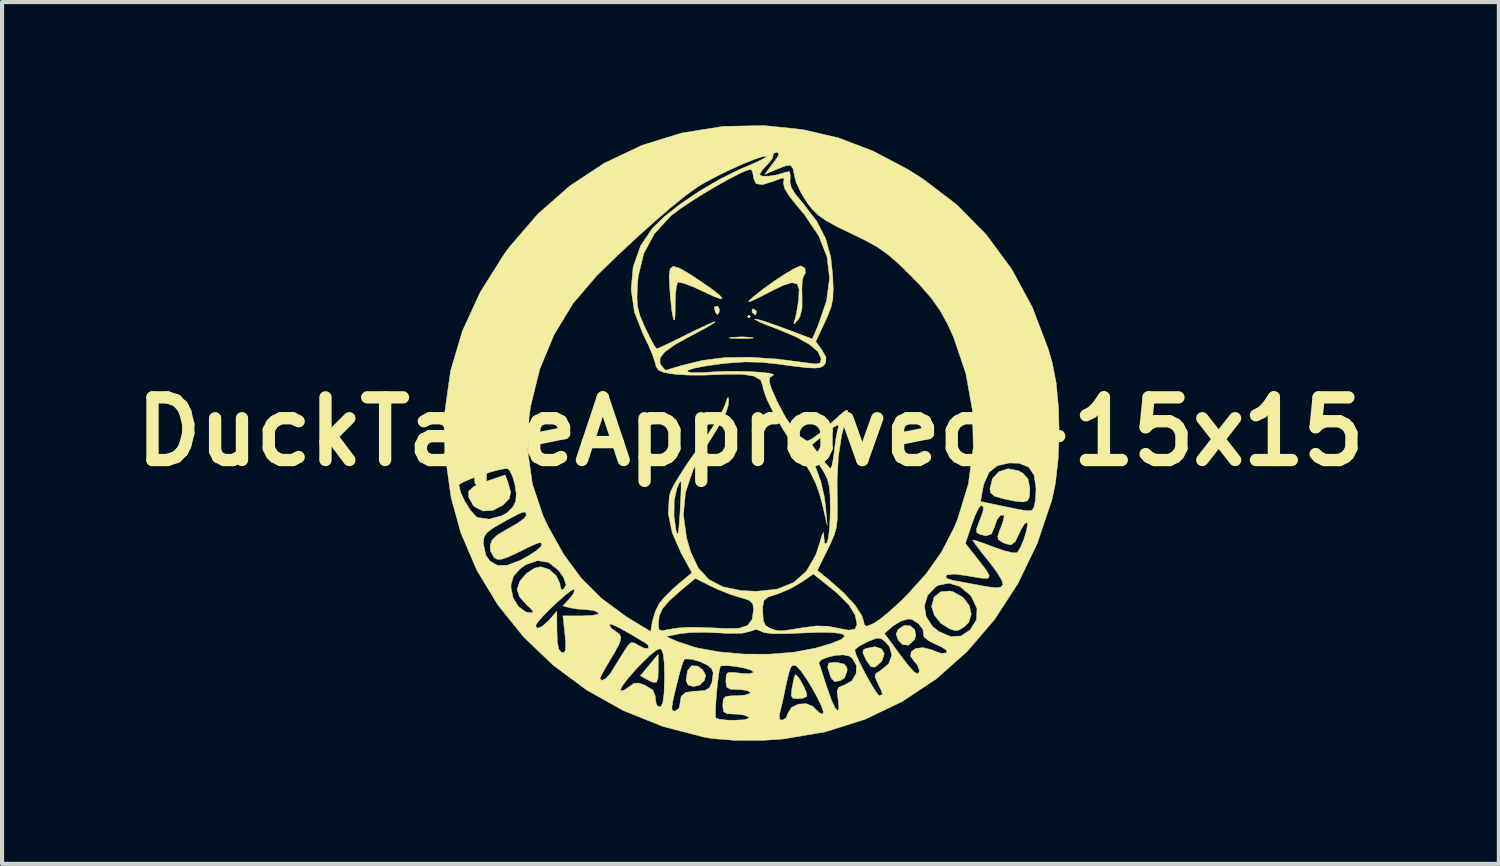
<source format=kicad_pcb>
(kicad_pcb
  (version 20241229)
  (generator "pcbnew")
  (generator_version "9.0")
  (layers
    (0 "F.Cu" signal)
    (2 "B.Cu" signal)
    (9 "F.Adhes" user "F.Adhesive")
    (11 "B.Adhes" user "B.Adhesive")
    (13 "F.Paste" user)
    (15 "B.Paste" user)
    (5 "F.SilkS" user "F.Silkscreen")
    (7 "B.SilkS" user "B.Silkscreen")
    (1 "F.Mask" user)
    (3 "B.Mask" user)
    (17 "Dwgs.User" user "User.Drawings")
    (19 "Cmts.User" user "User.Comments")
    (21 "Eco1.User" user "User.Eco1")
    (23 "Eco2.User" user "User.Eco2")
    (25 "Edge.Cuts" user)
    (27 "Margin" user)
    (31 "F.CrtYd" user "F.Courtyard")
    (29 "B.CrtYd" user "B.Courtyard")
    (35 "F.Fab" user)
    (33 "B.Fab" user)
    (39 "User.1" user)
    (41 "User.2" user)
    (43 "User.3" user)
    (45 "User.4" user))
  (footprint "DuckTapeApproved-15x15"
    (layer "F.Cu")
    (at 15.211 7.454)
    (property "Reference" "DuckTapeApproved-15x15" (at 0 0 0) (layer "F.SilkS") (effects (font (size 1.524 1.524) (thickness 0.3))))
    (attr through_hole)
    (fp_poly (pts (xy 0 -2.801) (xy -0.037 -2.764) (xy -0.075 -2.801) (xy -0.037 -2.839) (xy 0 -2.801)) (stroke (width 0.01) (type solid)) (fill yes) (layer "F.SilkS"))
    (fp_poly (pts (xy -0.754 -2.973) (xy -0.763 -2.903) (xy -0.804 -2.847) (xy -0.853 -2.904) (xy -0.88 -3.013) (xy -0.867 -3.043) (xy -0.793 -3.055) (xy -0.754 -2.973)) (stroke (width 0.01) (type solid)) (fill yes) (layer "F.SilkS"))
    (fp_poly (pts (xy -2.243 5.771) (xy -2.25 6) (xy -2.29 6.101) (xy -2.385 6.095) (xy -2.516 6.03) (xy -2.679 5.939) (xy -2.462 5.678) (xy -2.245 5.416) (xy -2.243 5.771)) (stroke (width 0.01) (type solid)) (fill yes) (layer "F.SilkS"))
    (fp_poly (pts (xy 0.146 -2.934) (xy 0.149 -2.914) (xy 0.124 -2.841) (xy 0.116 -2.839) (xy 0.053 -2.891) (xy 0.037 -2.914) (xy 0.043 -2.982) (xy 0.07 -2.988) (xy 0.146 -2.934)) (stroke (width 0.01) (type solid)) (fill yes) (layer "F.SilkS"))
    (fp_poly (pts (xy -1.286 5.704) (xy -1.163 5.795) (xy -1.087 5.93) (xy -1.123 6.056) (xy -1.238 6.167) (xy -1.387 6.203) (xy -1.516 6.166) (xy -1.569 6.057) (xy -1.532 5.817) (xy -1.432 5.696) (xy -1.286 5.704)) (stroke (width 0.01) (type solid)) (fill yes) (layer "F.SilkS"))
    (fp_poly (pts (xy 0.019 -2.295) (xy 0.075 -2.281) (xy -0.001 -2.27) (xy -0.193 -2.265) (xy -0.224 -2.265) (xy -0.429 -2.269) (xy -0.521 -2.279) (xy -0.482 -2.293) (xy -0.467 -2.295) (xy -0.205 -2.308) (xy 0.019 -2.295)) (stroke (width 0.01) (type solid)) (fill yes) (layer "F.SilkS"))
    (fp_poly (pts (xy 3.889 4.725) (xy 3.998 4.818) (xy 4.024 4.966) (xy 3.982 5.071) (xy 3.844 5.197) (xy 3.697 5.179) (xy 3.6 5.076) (xy 3.542 4.927) (xy 3.591 4.813) (xy 3.74 4.714) (xy 3.889 4.725)) (stroke (width 0.01) (type solid)) (fill yes) (layer "F.SilkS"))
    (fp_poly (pts (xy 2.11 5.617) (xy 2.282 5.654) (xy 2.347 5.742) (xy 2.353 5.819) (xy 2.29 5.992) (xy 2.183 6.06) (xy 2.048 6.082) (xy 1.967 5.997) (xy 1.94 5.933) (xy 1.878 5.732) (xy 1.902 5.634) (xy 2.028 5.611) (xy 2.11 5.617)) (stroke (width 0.01) (type solid)) (fill yes) (layer "F.SilkS"))
    (fp_poly (pts (xy 3.189 5.284) (xy 3.256 5.4) (xy 3.208 5.56) (xy 3.165 5.614) (xy 3.032 5.73) (xy 2.931 5.72) (xy 2.827 5.576) (xy 2.805 5.536) (xy 2.736 5.383) (xy 2.746 5.309) (xy 2.809 5.274) (xy 3.031 5.233) (xy 3.189 5.284)) (stroke (width 0.01) (type solid)) (fill yes) (layer "F.SilkS"))
    (fp_poly (pts (xy 1.14 5.942) (xy 1.221 6.06) (xy 1.304 6.215) (xy 1.364 6.359) (xy 1.374 6.438) (xy 1.278 6.485) (xy 1.15 6.499) (xy 1.032 6.487) (xy 0.991 6.421) (xy 1.008 6.26) (xy 1.015 6.219) (xy 1.053 6.032) (xy 1.084 5.921) (xy 1.089 5.912) (xy 1.14 5.942)) (stroke (width 0.01) (type solid)) (fill yes) (layer "F.SilkS"))
    (fp_poly (pts (xy -5.898 1.241) (xy -5.835 1.469) (xy -5.868 1.628) (xy -6.009 1.775) (xy -6.024 1.788) (xy -6.272 1.917) (xy -6.515 1.93) (xy -6.713 1.828) (xy -6.757 1.776) (xy -6.86 1.589) (xy -6.855 1.448) (xy -6.729 1.333) (xy -6.469 1.222) (xy -6.421 1.206) (xy -5.97 1.053) (xy -5.898 1.241)) (stroke (width 0.01) (type solid)) (fill yes) (layer "F.SilkS"))
    (fp_poly (pts (xy 4.939 3.899) (xy 5.175 4.035) (xy 5.323 4.228) (xy 5.373 4.442) (xy 5.312 4.64) (xy 5.213 4.74) (xy 5.076 4.827) (xy 4.978 4.841) (xy 4.856 4.803) (xy 4.637 4.667) (xy 4.473 4.465) (xy 4.408 4.251) (xy 4.408 4.249) (xy 4.468 4.027) (xy 4.628 3.895) (xy 4.855 3.877) (xy 4.939 3.899)) (stroke (width 0.01) (type solid)) (fill yes) (layer "F.SilkS"))
    (fp_poly (pts (xy 6.521 0.95) (xy 6.632 1.013) (xy 6.753 1.15) (xy 6.797 1.361) (xy 6.798 1.424) (xy 6.788 1.589) (xy 6.739 1.682) (xy 6.624 1.712) (xy 6.415 1.688) (xy 6.145 1.631) (xy 5.939 1.57) (xy 5.845 1.49) (xy 5.827 1.394) (xy 5.888 1.141) (xy 6.048 0.972) (xy 6.27 0.902) (xy 6.521 0.95)) (stroke (width 0.01) (type solid)) (fill yes) (layer "F.SilkS"))
    (fp_poly (pts (xy -1.734 -3.983) (xy -1.498 -3.847) (xy -1.271 -3.699) (xy -0.955 -3.481) (xy -0.759 -3.329) (xy -0.683 -3.245) (xy -0.729 -3.232) (xy -0.899 -3.294) (xy -1.141 -3.408) (xy -1.406 -3.529) (xy -1.621 -3.61) (xy -1.751 -3.638) (xy -1.772 -3.632) (xy -1.803 -3.531) (xy -1.824 -3.329) (xy -1.83 -3.131) (xy -1.833 -2.855) (xy -1.844 -2.72) (xy -1.864 -2.718) (xy -1.896 -2.84) (xy -1.899 -2.857) (xy -1.922 -3.018) (xy -1.947 -3.27) (xy -1.967 -3.53) (xy -1.978 -3.801) (xy -1.955 -3.964) (xy -1.88 -4.023) (xy -1.734 -3.983)) (stroke (width 0.01) (type solid)) (fill yes) (layer "F.SilkS"))
    (fp_poly (pts (xy 1.326 -3.979) (xy 1.338 -3.861) (xy 1.289 -3.779) (xy 1.262 -3.679) (xy 1.252 -3.48) (xy 1.256 -3.3) (xy 1.255 -3) (xy 1.206 -2.804) (xy 1.157 -2.727) (xy 1.068 -2.624) (xy 1.054 -2.636) (xy 1.082 -2.727) (xy 1.121 -2.891) (xy 1.16 -3.128) (xy 1.173 -3.229) (xy 1.184 -3.465) (xy 1.135 -3.596) (xy 1.011 -3.626) (xy 0.795 -3.56) (xy 0.512 -3.423) (xy 0.211 -3.268) (xy 0.029 -3.182) (xy -0.045 -3.159) (xy -0.023 -3.197) (xy 0.075 -3.285) (xy 0.312 -3.472) (xy 0.577 -3.663) (xy 0.836 -3.834) (xy 1.056 -3.963) (xy 1.203 -4.03) (xy 1.229 -4.034) (xy 1.326 -3.979)) (stroke (width 0.01) (type solid)) (fill yes) (layer "F.SilkS"))
    (fp_poly (pts (xy 1.267 -7.352) (xy 2.139 -7.15) (xy 2.981 -6.83) (xy 3.826 -6.384) (xy 4.187 -6.157) (xy 5.018 -5.525) (xy 5.743 -4.789) (xy 6.358 -3.954) (xy 6.862 -3.022) (xy 7.251 -1.998) (xy 7.341 -1.687) (xy 7.438 -1.191) (xy 7.495 -0.601) (xy 7.511 0.036) (xy 7.487 0.668) (xy 7.422 1.248) (xy 7.337 1.657) (xy 6.978 2.72) (xy 6.51 3.693) (xy 5.94 4.571) (xy 5.276 5.346) (xy 4.524 6.014) (xy 3.693 6.567) (xy 2.79 6.999) (xy 1.822 7.305) (xy 0.798 7.478) (xy 0.299 7.512) (xy -0.348 7.513) (xy -0.906 7.47) (xy -1.117 7.436) (xy -2.132 7.173) (xy -2.753 6.923) (xy -0.85 6.923) (xy -0.843 6.966) (xy -0.758 6.997) (xy -0.57 7.018) (xy -0.402 7.022) (xy -0.162 7.01) (xy -0.044 6.977) (xy -0.037 6.948) (xy -0.135 6.9) (xy -0.195 6.892) (xy 0.702 6.892) (xy 0.712 7.002) (xy 0.774 7.022) (xy 0.871 6.959) (xy 0.91 6.857) (xy 0.996 6.714) (xy 1.165 6.63) (xy 1.361 6.618) (xy 1.525 6.688) (xy 1.559 6.727) (xy 1.677 6.841) (xy 1.761 6.873) (xy 1.775 6.817) (xy 1.724 6.67) (xy 1.625 6.464) (xy 1.498 6.233) (xy 1.36 6.009) (xy 1.23 5.824) (xy 1.126 5.711) (xy 1.092 5.691) (xy 1.035 5.687) (xy 0.991 5.718) (xy 0.951 5.81) (xy 0.905 5.991) (xy 0.841 6.284) (xy 0.82 6.387) (xy 0.766 6.631) (xy 0.719 6.829) (xy 0.702 6.892) (xy -0.195 6.892) (xy -0.321 6.874) (xy -0.378 6.873) (xy -0.568 6.864) (xy -0.651 6.814) (xy -0.672 6.692) (xy -0.672 6.649) (xy -0.663 6.511) (xy -0.606 6.446) (xy -0.463 6.426) (xy -0.336 6.425) (xy -0.136 6.41) (xy -0.015 6.372) (xy 0 6.35) (xy -0.066 6.303) (xy -0.232 6.277) (xy -0.299 6.275) (xy -0.49 6.266) (xy -0.576 6.218) (xy -0.597 6.1) (xy -0.598 6.053) (xy -0.59 5.917) (xy -0.542 5.859) (xy -0.412 5.857) (xy -0.261 5.876) (xy -0.042 5.891) (xy 0.067 5.864) (xy 0.075 5.847) (xy 0.009 5.8) (xy -0.154 5.752) (xy -0.361 5.714) (xy -0.561 5.693) (xy -0.701 5.698) (xy -0.731 5.711) (xy -0.757 5.802) (xy -0.786 5.997) (xy -0.814 6.251) (xy -0.837 6.521) (xy -0.85 6.76) (xy -0.85 6.923) (xy -2.753 6.923) (xy -3.092 6.787) (xy -3.233 6.708) (xy -1.913 6.708) (xy -1.905 6.774) (xy -1.871 6.796) (xy -1.832 6.798) (xy -1.739 6.734) (xy -1.717 6.63) (xy -1.687 6.443) (xy -1.579 6.345) (xy -1.363 6.313) (xy -1.309 6.313) (xy -1.108 6.298) (xy -1.001 6.233) (xy -0.938 6.103) (xy -0.906 5.87) (xy -0.944 5.767) (xy -1.053 5.677) (xy -1.172 5.623) (xy 1.665 5.623) (xy 1.667 5.632) (xy 1.704 5.74) (xy 1.772 5.948) (xy 1.859 6.214) (xy 1.872 6.257) (xy 1.975 6.543) (xy 2.062 6.724) (xy 2.123 6.793) (xy 2.152 6.739) (xy 2.138 6.555) (xy 2.131 6.509) (xy 2.108 6.319) (xy 2.141 6.225) (xy 2.25 6.177) (xy 2.271 6.172) (xy 2.467 6.063) (xy 2.572 5.886) (xy 2.578 5.688) (xy 2.478 5.514) (xy 2.399 5.458) (xy 2.259 5.431) (xy 2.067 5.445) (xy 1.872 5.49) (xy 1.721 5.553) (xy 1.665 5.623) (xy -1.172 5.623) (xy -1.233 5.594) (xy -1.426 5.539) (xy -1.574 5.529) (xy -1.611 5.545) (xy -1.651 5.637) (xy -1.71 5.826) (xy -1.753 5.988) (xy -1.84 6.339) (xy -1.892 6.571) (xy -1.913 6.708) (xy -3.233 6.708) (xy -3.984 6.287) (xy -3.988 6.284) (xy -3.164 6.284) (xy -3.159 6.304) (xy -3.077 6.295) (xy -2.956 6.211) (xy -2.834 6.122) (xy -2.714 6.117) (xy -2.559 6.173) (xy -2.376 6.287) (xy -2.316 6.436) (xy -2.316 6.45) (xy -2.297 6.606) (xy -2.268 6.672) (xy -2.189 6.701) (xy -2.134 6.601) (xy -2.102 6.365) (xy -2.092 5.987) (xy -2.092 5.98) (xy -2.098 5.639) (xy -2.12 5.424) (xy -2.16 5.31) (xy -2.197 5.28) (xy -2.285 5.314) (xy -2.434 5.432) (xy -2.619 5.607) (xy -2.811 5.808) (xy -2.984 6.008) (xy -3.111 6.176) (xy -3.164 6.284) (xy -3.988 6.284) (xy -4.366 6.005) (xy -3.661 6.005) (xy -3.62 6.056) (xy -3.525 6.013) (xy -3.418 5.898) (xy -3.409 5.883) (xy -3.306 5.718) (xy -3.168 5.495) (xy -3.107 5.397) (xy -2.987 5.211) (xy -2.906 5.132) (xy -2.822 5.142) (xy -2.723 5.201) (xy -2.575 5.273) (xy -2.482 5.271) (xy -2.482 5.271) (xy -2.489 5.195) (xy -2.541 5.151) (xy -2.82 4.984) (xy -2.054 4.984) (xy -1.776 5.107) (xy -1.324 5.256) (xy -0.772 5.357) (xy -0.162 5.411) (xy 0.466 5.414) (xy 1.068 5.365) (xy 1.317 5.317) (xy 2.54 5.317) (xy 2.573 5.43) (xy 2.659 5.621) (xy 2.776 5.852) (xy 2.904 6.085) (xy 3.022 6.282) (xy 3.11 6.404) (xy 3.139 6.425) (xy 3.211 6.393) (xy 3.212 6.384) (xy 3.181 6.295) (xy 3.106 6.137) (xy 3.1 6.125) (xy 3.031 5.971) (xy 3.048 5.888) (xy 3.156 5.819) (xy 3.363 5.649) (xy 3.44 5.442) (xy 3.382 5.229) (xy 3.287 5.118) (xy 3.185 5.038) (xy 3.09 5.022) (xy 2.944 5.071) (xy 2.839 5.117) (xy 2.657 5.213) (xy 2.551 5.294) (xy 2.54 5.317) (xy 1.317 5.317) (xy 1.602 5.262) (xy 1.606 5.261) (xy 1.983 5.148) (xy 2.213 5.053) (xy 2.297 4.977) (xy 2.238 4.922) (xy 2.157 4.909) (xy 3.259 4.909) (xy 3.624 5.406) (xy 3.839 5.687) (xy 3.986 5.848) (xy 4.072 5.895) (xy 4.107 5.835) (xy 4.109 5.799) (xy 4.056 5.668) (xy 3.997 5.603) (xy 3.895 5.466) (xy 3.914 5.351) (xy 4.025 5.275) (xy 4.201 5.255) (xy 4.412 5.307) (xy 4.46 5.33) (xy 4.641 5.393) (xy 4.772 5.384) (xy 4.774 5.384) (xy 4.78 5.323) (xy 4.643 5.235) (xy 4.526 5.184) (xy 4.335 5.088) (xy 4.226 4.997) (xy 4.215 4.958) (xy 4.199 4.816) (xy 4.09 4.671) (xy 3.934 4.573) (xy 3.847 4.557) (xy 3.67 4.605) (xy 3.479 4.721) (xy 3.464 4.733) (xy 3.259 4.909) (xy 2.157 4.909) (xy 2.037 4.89) (xy 1.695 4.882) (xy 1.25 4.899) (xy 0.82 4.916) (xy 0.521 4.914) (xy 0.338 4.891) (xy 0.265 4.859) (xy 0.139 4.809) (xy -0.002 4.857) (xy -0.198 4.904) (xy -0.534 4.91) (xy -0.772 4.896) (xy -1.112 4.882) (xy -1.441 4.888) (xy -1.696 4.912) (xy -1.718 4.917) (xy -2.054 4.984) (xy -2.82 4.984) (xy -2.921 4.924) (xy -3.189 4.774) (xy -3.355 4.696) (xy -3.429 4.684) (xy -3.436 4.698) (xy -3.378 4.791) (xy -3.287 4.856) (xy -3.186 4.925) (xy -3.151 5.012) (xy -3.186 5.147) (xy -3.297 5.358) (xy -3.399 5.528) (xy -3.531 5.752) (xy -3.625 5.923) (xy -3.661 6.005) (xy -4.366 6.005) (xy -4.798 5.685) (xy -5.523 4.991) (xy -5.738 4.723) (xy -5.229 4.723) (xy -5.186 4.783) (xy -5.074 4.741) (xy -4.923 4.609) (xy -4.892 4.576) (xy -4.711 4.37) (xy -4.709 4.825) (xy -4.699 5.116) (xy -4.667 5.287) (xy -4.605 5.365) (xy -4.535 5.379) (xy -4.501 5.31) (xy -4.498 5.119) (xy -4.514 4.931) (xy -4.564 4.482) (xy -4.108 4.482) (xy -3.849 4.471) (xy -3.712 4.44) (xy -3.698 4.408) (xy -3.798 4.355) (xy -3.976 4.332) (xy -3.982 4.332) (xy -4.213 4.316) (xy -4.393 4.285) (xy -4.565 4.239) (xy -4.399 4.062) (xy -4.3 3.928) (xy -4.281 3.838) (xy -4.285 3.833) (xy -4.354 3.86) (xy -4.495 3.967) (xy -4.678 4.127) (xy -4.873 4.311) (xy -5.05 4.49) (xy -5.179 4.637) (xy -5.229 4.722) (xy -5.229 4.723) (xy -5.738 4.723) (xy -6.147 4.215) (xy -6.402 3.793) (xy -5.827 3.793) (xy -5.776 4.045) (xy -5.644 4.257) (xy -5.465 4.387) (xy -5.36 4.408) (xy -5.288 4.392) (xy -5.318 4.331) (xy -5.448 4.214) (xy -5.62 4.017) (xy -5.678 3.837) (xy -5.614 3.642) (xy -5.456 3.454) (xy -5.254 3.321) (xy -5.106 3.287) (xy -4.902 3.349) (xy -4.728 3.502) (xy -4.636 3.694) (xy -4.632 3.74) (xy -4.603 3.843) (xy -4.557 3.847) (xy -4.486 3.729) (xy -4.548 3.543) (xy -4.676 3.367) (xy -4.913 3.181) (xy -5.182 3.137) (xy -5.465 3.236) (xy -5.597 3.331) (xy -5.763 3.511) (xy -5.824 3.711) (xy -5.827 3.793) (xy -6.402 3.793) (xy -6.659 3.369) (xy -6.933 2.73) (xy -6.499 2.73) (xy -6.439 3.005) (xy -6.342 3.145) (xy -6.16 3.252) (xy -5.924 3.251) (xy -5.618 3.138) (xy -5.403 3.022) (xy -5.217 2.9) (xy -5.1 2.798) (xy -5.08 2.761) (xy -5.087 2.712) (xy -5.127 2.7) (xy -5.226 2.732) (xy -5.41 2.817) (xy -5.634 2.927) (xy -5.894 3.049) (xy -6.059 3.106) (xy -6.165 3.105) (xy -6.237 3.064) (xy -6.324 2.911) (xy -6.335 2.771) (xy -6.289 2.64) (xy -6.163 2.518) (xy -5.93 2.378) (xy -5.883 2.353) (xy -5.662 2.225) (xy -5.507 2.109) (xy -5.454 2.036) (xy -5.464 1.971) (xy -5.512 1.954) (xy -5.623 1.992) (xy -5.82 2.094) (xy -6.025 2.207) (xy -6.272 2.351) (xy -6.414 2.458) (xy -6.48 2.559) (xy -6.499 2.687) (xy -6.499 2.73) (xy -6.933 2.73) (xy -7.048 2.461) (xy -7.284 1.606) (xy -7.327 1.3) (xy -7.095 1.3) (xy -7.051 1.481) (xy -6.946 1.705) (xy -6.811 1.917) (xy -6.678 2.063) (xy -6.633 2.09) (xy -6.358 2.128) (xy -6.053 2.046) (xy -5.922 1.974) (xy -5.776 1.825) (xy -5.711 1.69) (xy -5.7 1.511) (xy -5.731 1.293) (xy -5.79 1.085) (xy -5.864 0.937) (xy -5.923 0.896) (xy -6.076 0.918) (xy -6.299 0.976) (xy -6.552 1.056) (xy -6.795 1.144) (xy -6.988 1.225) (xy -7.089 1.287) (xy -7.095 1.3) (xy -7.327 1.3) (xy -7.433 0.545) (xy -7.433 0.478) (xy -5.419 0.478) (xy -5.306 1.273) (xy -5.046 2.048) (xy -4.934 2.289) (xy -4.544 2.987) (xy -4.116 3.567) (xy -3.623 4.058) (xy -3.038 4.49) (xy -2.855 4.604) (xy -2.428 4.862) (xy -2.396 4.674) (xy -2.241 4.674) (xy -2.229 4.807) (xy -2.163 4.845) (xy -1.999 4.814) (xy -1.998 4.814) (xy -1.764 4.776) (xy -1.486 4.758) (xy -1.419 4.758) (xy -1.153 4.765) (xy -0.825 4.778) (xy -0.61 4.789) (xy -0.279 4.784) (xy -0.069 4.715) (xy 0.042 4.566) (xy 0.067 4.382) (xy 0.299 4.382) (xy 0.313 4.601) (xy 0.369 4.72) (xy 0.467 4.779) (xy 0.587 4.824) (xy 0.692 4.844) (xy 0.826 4.84) (xy 1.031 4.81) (xy 1.26 4.771) (xy 1.606 4.727) (xy 1.885 4.734) (xy 2.113 4.779) (xy 2.388 4.83) (xy 2.544 4.803) (xy 2.593 4.687) (xy 2.549 4.473) (xy 2.546 4.464) (xy 2.402 4.221) (xy 2.116 3.935) (xy 1.997 3.836) (xy 1.531 3.464) (xy 1.233 3.669) (xy 0.972 3.819) (xy 0.69 3.94) (xy 0.616 3.964) (xy 0.42 4.028) (xy 0.328 4.106) (xy 0.3 4.251) (xy 0.299 4.382) (xy 0.067 4.382) (xy 0.075 4.324) (xy 0.075 4.322) (xy 0.056 4.186) (xy -0.027 4.106) (xy -0.213 4.044) (xy -0.243 4.037) (xy -0.497 3.957) (xy -0.795 3.837) (xy -0.951 3.764) (xy -1.341 3.569) (xy -1.719 3.885) (xy -1.981 4.12) (xy -2.141 4.308) (xy -2.22 4.482) (xy -2.241 4.674) (xy -2.396 4.674) (xy -2.386 4.616) (xy -2.317 4.378) (xy -2.222 4.184) (xy -2.095 4.031) (xy -1.902 3.838) (xy -1.762 3.715) (xy -1.424 3.433) (xy -1.686 2.957) (xy -1.902 2.464) (xy -1.987 2.054) (xy -1.86 2.054) (xy -1.812 2.4) (xy -1.784 2.488) (xy -1.761 2.467) (xy -1.741 2.326) (xy -1.72 2.05) (xy -1.713 1.942) (xy -1.697 1.634) (xy -1.688 1.386) (xy -1.688 1.234) (xy -1.692 1.204) (xy -1.73 1.243) (xy -1.791 1.377) (xy -1.855 1.68) (xy -1.86 2.054) (xy -1.987 2.054) (xy -2 1.995) (xy -1.975 1.575) (xy -1.947 1.47) (xy -1.869 1.309) (xy -1.722 1.061) (xy -1.524 0.758) (xy -1.297 0.434) (xy -1.269 0.395) (xy -1.041 0.072) (xy -0.843 -0.233) (xy -0.693 -0.487) (xy -0.613 -0.658) (xy -0.609 -0.672) (xy -0.562 -0.82) (xy -0.538 -0.828) (xy -0.531 -0.762) (xy -0.544 -0.625) (xy -0.601 -0.456) (xy -0.716 -0.23) (xy -0.898 0.075) (xy -1.08 0.361) (xy -1.398 0.935) (xy -1.581 1.479) (xy -1.632 2.019) (xy -1.556 2.58) (xy -1.452 2.934) (xy -1.269 3.318) (xy -1.014 3.596) (xy -0.67 3.775) (xy -0.223 3.867) (xy 0.145 3.884) (xy 0.647 3.832) (xy 1.05 3.672) (xy 1.361 3.395) (xy 1.59 2.997) (xy 1.691 2.693) (xy 1.746 2.504) (xy 1.774 2.45) (xy 1.787 2.519) (xy 1.789 2.577) (xy 1.803 2.718) (xy 1.841 2.725) (xy 1.868 2.689) (xy 1.9 2.568) (xy 1.925 2.338) (xy 1.939 2.04) (xy 1.941 1.901) (xy 1.938 1.567) (xy 1.919 1.337) (xy 1.875 1.163) (xy 1.797 1) (xy 1.72 0.874) (xy 1.592 0.682) (xy 1.497 0.554) (xy 1.463 0.523) (xy 1.472 0.584) (xy 1.531 0.743) (xy 1.606 0.915) (xy 1.713 1.218) (xy 1.796 1.575) (xy 1.826 1.793) (xy 1.868 2.279) (xy 1.762 1.82) (xy 1.684 1.522) (xy 1.589 1.259) (xy 1.458 0.992) (xy 1.272 0.68) (xy 1.045 0.336) (xy 1.032 0.315) (xy 1.496 0.315) (xy 1.701 0.604) (xy 1.83 0.775) (xy 1.925 0.879) (xy 1.95 0.895) (xy 1.982 0.828) (xy 2.016 0.654) (xy 2.041 0.461) (xy 2.075 0.197) (xy 2.115 -0.022) (xy 2.141 -0.116) (xy 2.133 -0.166) (xy 2.028 -0.112) (xy 1.846 0.029) (xy 1.496 0.315) (xy 1.032 0.315) (xy 0.776 -0.084) (xy 0.556 -0.468) (xy 0.397 -0.793) (xy 0.311 -1.035) (xy 0.299 -1.12) (xy 0.246 -1.261) (xy 0.08 -1.353) (xy -0.208 -1.397) (xy -0.627 -1.397) (xy -0.784 -1.389) (xy -1.148 -1.375) (xy -1.511 -1.377) (xy -1.808 -1.394) (xy -1.865 -1.401) (xy -2.102 -1.44) (xy -2.148 -1.459) (xy -1.536 -1.459) (xy -1.421 -1.438) (xy -1.167 -1.439) (xy -0.916 -1.454) (xy -0.627 -1.467) (xy -0.319 -1.47) (xy -0.018 -1.462) (xy 0.247 -1.446) (xy 0.448 -1.424) (xy 0.558 -1.397) (xy 0.549 -1.367) (xy 0.542 -1.364) (xy 0.472 -1.316) (xy 0.459 -1.221) (xy 0.508 -1.053) (xy 0.625 -0.787) (xy 0.661 -0.71) (xy 0.844 -0.366) (xy 1.036 -0.08) (xy 1.216 0.124) (xy 1.364 0.22) (xy 1.394 0.224) (xy 1.497 0.175) (xy 1.673 0.046) (xy 1.889 -0.14) (xy 1.959 -0.205) (xy 2.179 -0.407) (xy 2.309 -0.511) (xy 2.365 -0.525) (xy 2.36 -0.458) (xy 2.358 -0.448) (xy 2.218 0.092) (xy 2.138 0.613) (xy 2.109 1.179) (xy 2.111 1.495) (xy 2.117 1.869) (xy 2.112 2.135) (xy 2.089 2.335) (xy 2.04 2.508) (xy 1.959 2.698) (xy 1.878 2.866) (xy 1.627 3.376) (xy 1.915 3.61) (xy 2.27 3.923) (xy 2.538 4.214) (xy 2.702 4.463) (xy 2.741 4.573) (xy 2.775 4.705) (xy 2.835 4.735) (xy 2.969 4.679) (xy 3.016 4.655) (xy 3.17 4.55) (xy 3.391 4.368) (xy 3.54 4.232) (xy 4.234 4.232) (xy 4.274 4.499) (xy 4.431 4.741) (xy 4.585 4.863) (xy 4.874 4.986) (xy 5.123 4.972) (xy 5.345 4.822) (xy 5.499 4.577) (xy 5.512 4.304) (xy 5.383 4.026) (xy 5.339 3.971) (xy 5.095 3.766) (xy 4.827 3.686) (xy 4.568 3.739) (xy 4.513 3.77) (xy 4.313 3.977) (xy 4.234 4.232) (xy 3.54 4.232) (xy 3.643 4.138) (xy 3.781 4.004) (xy 4.239 3.5) (xy 4.762 3.5) (xy 4.764 3.565) (xy 4.914 3.616) (xy 4.94 3.621) (xy 5.179 3.665) (xy 5.459 3.717) (xy 5.528 3.73) (xy 5.822 3.781) (xy 6.001 3.797) (xy 6.098 3.777) (xy 6.143 3.721) (xy 6.145 3.717) (xy 6.117 3.619) (xy 6.012 3.442) (xy 5.849 3.218) (xy 5.785 3.138) (xy 5.607 2.916) (xy 5.476 2.742) (xy 5.411 2.646) (xy 5.408 2.635) (xy 5.481 2.651) (xy 5.657 2.71) (xy 5.899 2.8) (xy 5.931 2.812) (xy 6.188 2.9) (xy 6.387 2.947) (xy 6.49 2.944) (xy 6.494 2.942) (xy 6.573 2.812) (xy 6.651 2.622) (xy 6.713 2.423) (xy 6.742 2.268) (xy 6.73 2.208) (xy 6.666 2.245) (xy 6.581 2.385) (xy 6.545 2.466) (xy 6.445 2.673) (xy 6.341 2.753) (xy 6.197 2.724) (xy 6.121 2.687) (xy 6.032 2.625) (xy 6.017 2.542) (xy 6.07 2.385) (xy 6.09 2.339) (xy 6.154 2.16) (xy 6.174 2.048) (xy 6.169 2.035) (xy 6.086 2.031) (xy 6 2.141) (xy 5.939 2.317) (xy 5.865 2.49) (xy 5.73 2.536) (xy 5.574 2.495) (xy 5.504 2.45) (xy 5.502 2.363) (xy 5.567 2.189) (xy 5.568 2.187) (xy 5.654 1.957) (xy 5.671 1.834) (xy 5.621 1.793) (xy 5.61 1.793) (xy 5.553 1.858) (xy 5.471 2.029) (xy 5.386 2.255) (xy 5.23 2.718) (xy 5.571 3.152) (xy 5.74 3.374) (xy 5.814 3.508) (xy 5.781 3.567) (xy 5.627 3.566) (xy 5.341 3.519) (xy 5.271 3.506) (xy 4.962 3.465) (xy 4.789 3.483) (xy 4.762 3.5) (xy 4.239 3.5) (xy 4.27 3.466) (xy 4.651 2.926) (xy 4.954 2.338) (xy 5.04 2.131) (xy 5.172 1.699) (xy 5.6 1.699) (xy 6.143 1.813) (xy 6.469 1.88) (xy 6.677 1.917) (xy 6.797 1.925) (xy 6.859 1.904) (xy 6.89 1.854) (xy 6.902 1.824) (xy 6.931 1.679) (xy 6.946 1.457) (xy 6.948 1.376) (xy 6.904 1.061) (xy 6.768 0.861) (xy 6.53 0.768) (xy 6.298 0.762) (xy 6.003 0.829) (xy 5.802 0.995) (xy 5.678 1.277) (xy 5.646 1.429) (xy 5.6 1.699) (xy 5.172 1.699) (xy 5.302 1.274) (xy 5.422 0.387) (xy 5.402 -0.515) (xy 5.241 -1.416) (xy 4.941 -2.302) (xy 4.798 -2.615) (xy 4.62 -2.94) (xy 4.406 -3.244) (xy 4.124 -3.568) (xy 3.887 -3.811) (xy 3.582 -4.107) (xy 3.328 -4.325) (xy 3.078 -4.499) (xy 2.782 -4.662) (xy 2.455 -4.82) (xy 2.093 -4.995) (xy 1.835 -5.138) (xy 1.65 -5.27) (xy 1.503 -5.415) (xy 1.39 -5.557) (xy 1.232 -5.809) (xy 1.113 -6.067) (xy 1.073 -6.211) (xy 1.037 -6.396) (xy 0.979 -6.478) (xy 0.864 -6.471) (xy 0.651 -6.389) (xy 0.63 -6.38) (xy 0.345 -6.261) (xy 0.55 -6.53) (xy 0.667 -6.697) (xy 0.689 -6.778) (xy 0.634 -6.798) (xy 0.551 -6.768) (xy 0.554 -6.734) (xy 0.532 -6.646) (xy 0.426 -6.514) (xy 0.409 -6.497) (xy 0.283 -6.36) (xy 0.225 -6.26) (xy 0.224 -6.254) (xy 0.288 -6.218) (xy 0.444 -6.218) (xy 0.643 -6.249) (xy 0.833 -6.306) (xy 0.847 -6.312) (xy 0.952 -6.33) (xy 0.97 -6.236) (xy 0.969 -6.23) (xy 0.962 -6.067) (xy 0.996 -5.933) (xy 1.091 -5.782) (xy 1.268 -5.568) (xy 1.273 -5.563) (xy 1.608 -5.126) (xy 1.828 -4.704) (xy 1.954 -4.249) (xy 2.002 -3.795) (xy 2.014 -3.466) (xy 2.004 -3.23) (xy 1.962 -3.032) (xy 1.88 -2.818) (xy 1.812 -2.669) (xy 1.589 -2.193) (xy 1.741 -1.984) (xy 1.839 -1.81) (xy 1.831 -1.681) (xy 1.815 -1.653) (xy 1.765 -1.594) (xy 1.689 -1.558) (xy 1.563 -1.547) (xy 1.361 -1.558) (xy 1.059 -1.593) (xy 0.697 -1.642) (xy 0.258 -1.689) (xy -0.138 -1.697) (xy -0.574 -1.666) (xy -0.721 -1.65) (xy -1.107 -1.596) (xy -1.374 -1.543) (xy -1.519 -1.496) (xy -1.536 -1.459) (xy -2.148 -1.459) (xy -2.231 -1.492) (xy -2.294 -1.582) (xy -2.32 -1.681) (xy -2.38 -1.864) (xy -2.489 -2.119) (xy -2.605 -2.353) (xy -2.822 -2.904) (xy -2.874 -3.26) (xy -2.761 -3.26) (xy -2.744 -3.029) (xy -2.687 -2.817) (xy -2.577 -2.559) (xy -2.553 -2.508) (xy -2.436 -2.269) (xy -2.34 -2.094) (xy -2.284 -2.018) (xy -2.281 -2.017) (xy -2.2 -2.049) (xy -2.017 -2.134) (xy -1.761 -2.258) (xy -1.56 -2.358) (xy -1.274 -2.498) (xy -1.043 -2.605) (xy -0.895 -2.666) (xy -0.856 -2.674) (xy -0.907 -2.632) (xy -1.064 -2.539) (xy -1.299 -2.411) (xy -1.463 -2.326) (xy -1.84 -2.117) (xy -2.082 -1.943) (xy -2.199 -1.793) (xy -2.2 -1.66) (xy -2.163 -1.601) (xy -2.084 -1.512) (xy -2.064 -1.495) (xy -1.994 -1.515) (xy -1.824 -1.566) (xy -1.685 -1.608) (xy -1.168 -1.734) (xy -0.624 -1.803) (xy -0.025 -1.813) (xy 0.658 -1.767) (xy 1.401 -1.671) (xy 1.6 -1.649) (xy 1.692 -1.671) (xy 1.718 -1.75) (xy 1.718 -1.78) (xy 1.646 -1.944) (xy 1.438 -2.123) (xy 1.103 -2.31) (xy 0.654 -2.498) (xy 0.62 -2.511) (xy 0.367 -2.608) (xy 0.184 -2.688) (xy 0.103 -2.736) (xy 0.102 -2.742) (xy 0.181 -2.731) (xy 0.367 -2.675) (xy 0.63 -2.585) (xy 0.82 -2.515) (xy 1.506 -2.257) (xy 1.646 -2.584) (xy 1.852 -3.186) (xy 1.925 -3.739) (xy 1.862 -4.259) (xy 1.66 -4.767) (xy 1.315 -5.28) (xy 1.176 -5.446) (xy 0.948 -5.726) (xy 0.827 -5.925) (xy 0.802 -6.058) (xy 0.804 -6.064) (xy 0.819 -6.153) (xy 0.778 -6.174) (xy 0.648 -6.129) (xy 0.556 -6.091) (xy 0.295 -6.011) (xy 0.137 -6.035) (xy 0.076 -6.164) (xy 0.075 -6.194) (xy 0.047 -6.334) (xy 0.013 -6.38) (xy -0.08 -6.363) (xy -0.27 -6.279) (xy -0.53 -6.145) (xy -0.832 -5.975) (xy -1.15 -5.787) (xy -1.455 -5.595) (xy -1.721 -5.416) (xy -1.92 -5.266) (xy -1.945 -5.245) (xy -2.338 -4.816) (xy -2.597 -4.335) (xy -2.731 -3.78) (xy -2.749 -3.575) (xy -2.761 -3.26) (xy -2.874 -3.26) (xy -2.904 -3.464) (xy -2.854 -4.011) (xy -2.673 -4.523) (xy -2.388 -4.947) (xy -2.097 -5.231) (xy -1.703 -5.541) (xy -1.244 -5.851) (xy -0.757 -6.137) (xy -0.279 -6.375) (xy -0.161 -6.425) (xy 0.104 -6.539) (xy 0.296 -6.633) (xy 0.391 -6.692) (xy 0.392 -6.705) (xy 0.28 -6.689) (xy 0.069 -6.617) (xy -0.21 -6.503) (xy -0.523 -6.361) (xy -0.838 -6.206) (xy -1.124 -6.053) (xy -1.292 -5.952) (xy -1.555 -5.764) (xy -1.901 -5.485) (xy -2.31 -5.134) (xy -2.76 -4.73) (xy -3.233 -4.289) (xy -3.706 -3.829) (xy -3.743 -3.793) (xy -4.317 -3.121) (xy -4.781 -2.356) (xy -5.128 -1.518) (xy -5.348 -0.625) (xy -5.387 -0.349) (xy -5.419 0.478) (xy -7.433 0.478) (xy -7.438 -0.482) (xy -7.297 -1.479) (xy -7.01 -2.449) (xy -6.576 -3.394) (xy -5.995 -4.317) (xy -5.864 -4.495) (xy -5.175 -5.295) (xy -4.4 -5.977) (xy -3.551 -6.537) (xy -2.639 -6.969) (xy -1.674 -7.268) (xy -0.667 -7.429) (xy 0.336 -7.449) (xy 1.267 -7.352)) (stroke (width 0.01) (type solid)) (fill yes) (layer "F.SilkS")))
  (gr_rect
    (start -3 -3)
    (end 33.422 17.971)
    (stroke (width 0.1) (type default))
    (fill no)
    (layer "Edge.Cuts")))
</source>
